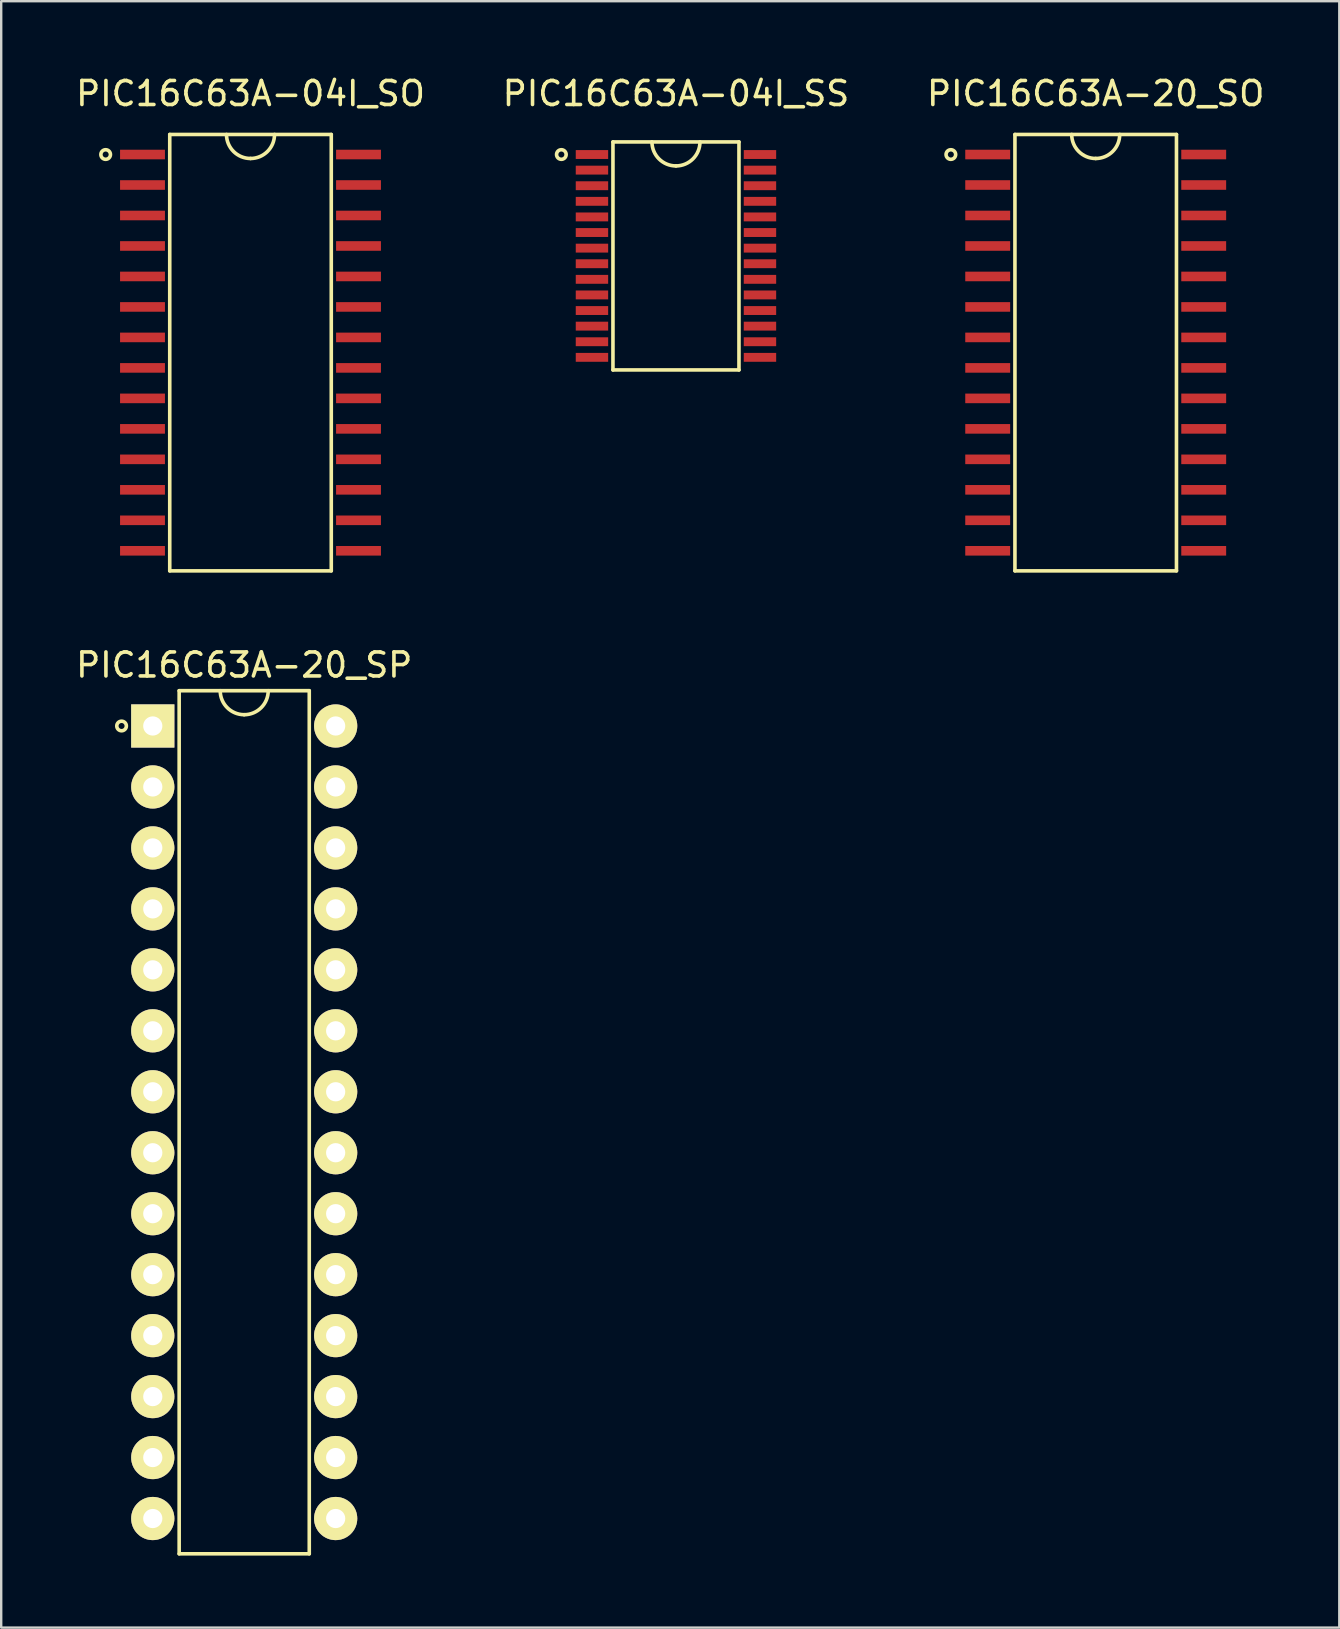
<source format=kicad_pcb>
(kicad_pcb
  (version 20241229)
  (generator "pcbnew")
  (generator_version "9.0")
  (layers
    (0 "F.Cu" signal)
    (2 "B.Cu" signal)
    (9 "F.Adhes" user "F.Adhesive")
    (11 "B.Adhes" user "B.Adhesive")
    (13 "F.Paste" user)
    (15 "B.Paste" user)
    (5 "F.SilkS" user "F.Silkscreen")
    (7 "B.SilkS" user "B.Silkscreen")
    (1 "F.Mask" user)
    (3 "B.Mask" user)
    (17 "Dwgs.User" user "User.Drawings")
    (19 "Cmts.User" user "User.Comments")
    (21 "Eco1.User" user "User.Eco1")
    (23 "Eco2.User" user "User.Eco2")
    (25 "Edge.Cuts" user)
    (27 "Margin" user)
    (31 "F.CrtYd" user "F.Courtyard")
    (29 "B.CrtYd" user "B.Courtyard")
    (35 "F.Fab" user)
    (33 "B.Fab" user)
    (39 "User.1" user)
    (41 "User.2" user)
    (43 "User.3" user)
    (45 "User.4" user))
  (footprint "PIC16C63A-20_SO"
    (layer "F.Cu")
    (at 38.101 3.388)
    (property "Reference" "PIC16C63A-20_SO" (at 4.5 -2.54 0) (layer "F.SilkS") (effects (font (size 1 1) (thickness 0.15))))
    (attr through_hole)
    (fp_line (start 1.135 -0.835) (end 7.865 -0.835) (stroke (width 0.15) (type solid)) (layer "F.SilkS"))
    (fp_line (start 1.135 17.345) (end 1.135 -0.835) (stroke (width 0.15) (type solid)) (layer "F.SilkS"))
    (fp_line (start 7.865 -0.835) (end 7.865 17.345) (stroke (width 0.15) (type solid)) (layer "F.SilkS"))
    (fp_line (start 7.865 17.345) (end 1.135 17.345) (stroke (width 0.15) (type solid)) (layer "F.SilkS"))
    (fp_arc (start 4.5 0.165) (mid 3.792893 -0.127893) (end 3.5 -0.835) (stroke (width 0.15) (type solid)) (layer "F.SilkS"))
    (fp_arc (start 5.5 -0.835) (mid 5.207107 -0.127893) (end 4.5 0.165) (stroke (width 0.15) (type solid)) (layer "F.SilkS"))
    (fp_circle (center -1.535 0) (end -1.535 0.2) (stroke (width 0.15) (type solid)) (fill no) (layer "F.SilkS"))
    (pad "1" smd rect (at 0 0) (size 1.87 0.4) (layers "F.Cu" "F.Mask" "F.Paste"))
    (pad "2" smd rect (at 0 1.27) (size 1.87 0.4) (layers "F.Cu" "F.Mask" "F.Paste"))
    (pad "3" smd rect (at 0 2.54) (size 1.87 0.4) (layers "F.Cu" "F.Mask" "F.Paste"))
    (pad "4" smd rect (at 0 3.81) (size 1.87 0.4) (layers "F.Cu" "F.Mask" "F.Paste"))
    (pad "5" smd rect (at 0 5.08) (size 1.87 0.4) (layers "F.Cu" "F.Mask" "F.Paste"))
    (pad "6" smd rect (at 0 6.35) (size 1.87 0.4) (layers "F.Cu" "F.Mask" "F.Paste"))
    (pad "7" smd rect (at 0 7.62) (size 1.87 0.4) (layers "F.Cu" "F.Mask" "F.Paste"))
    (pad "8" smd rect (at 0 8.89) (size 1.87 0.4) (layers "F.Cu" "F.Mask" "F.Paste"))
    (pad "9" smd rect (at 0 10.16) (size 1.87 0.4) (layers "F.Cu" "F.Mask" "F.Paste"))
    (pad "10" smd rect (at 0 11.43) (size 1.87 0.4) (layers "F.Cu" "F.Mask" "F.Paste"))
    (pad "11" smd rect (at 0 12.7) (size 1.87 0.4) (layers "F.Cu" "F.Mask" "F.Paste"))
    (pad "12" smd rect (at 0 13.97) (size 1.87 0.4) (layers "F.Cu" "F.Mask" "F.Paste"))
    (pad "13" smd rect (at 0 15.24) (size 1.87 0.4) (layers "F.Cu" "F.Mask" "F.Paste"))
    (pad "14" smd rect (at 0 16.51) (size 1.87 0.4) (layers "F.Cu" "F.Mask" "F.Paste"))
    (pad "15" smd rect (at 9 16.51) (size 1.87 0.4) (layers "F.Cu" "F.Mask" "F.Paste"))
    (pad "16" smd rect (at 9 15.24) (size 1.87 0.4) (layers "F.Cu" "F.Mask" "F.Paste"))
    (pad "17" smd rect (at 9 13.97) (size 1.87 0.4) (layers "F.Cu" "F.Mask" "F.Paste"))
    (pad "18" smd rect (at 9 12.7) (size 1.87 0.4) (layers "F.Cu" "F.Mask" "F.Paste"))
    (pad "19" smd rect (at 9 11.43) (size 1.87 0.4) (layers "F.Cu" "F.Mask" "F.Paste"))
    (pad "20" smd rect (at 9 10.16) (size 1.87 0.4) (layers "F.Cu" "F.Mask" "F.Paste"))
    (pad "21" smd rect (at 9 8.89) (size 1.87 0.4) (layers "F.Cu" "F.Mask" "F.Paste"))
    (pad "22" smd rect (at 9 7.62) (size 1.87 0.4) (layers "F.Cu" "F.Mask" "F.Paste"))
    (pad "23" smd rect (at 9 6.35) (size 1.87 0.4) (layers "F.Cu" "F.Mask" "F.Paste"))
    (pad "24" smd rect (at 9 5.08) (size 1.87 0.4) (layers "F.Cu" "F.Mask" "F.Paste"))
    (pad "25" smd rect (at 9 3.81) (size 1.87 0.4) (layers "F.Cu" "F.Mask" "F.Paste"))
    (pad "26" smd rect (at 9 2.54) (size 1.87 0.4) (layers "F.Cu" "F.Mask" "F.Paste"))
    (pad "27" smd rect (at 9 1.27) (size 1.87 0.4) (layers "F.Cu" "F.Mask" "F.Paste"))
    (pad "28" smd rect (at 9 0) (size 1.87 0.4) (layers "F.Cu" "F.Mask" "F.Paste")))
  (footprint "PIC16C63A-04I_SS"
    (layer "F.Cu")
    (at 21.613 3.388)
    (property "Reference" "PIC16C63A-04I_SS" (at 3.5 -2.54 0) (layer "F.SilkS") (effects (font (size 1 1) (thickness 0.15))))
    (attr through_hole)
    (fp_line (start 0.875 -0.525) (end 6.125 -0.525) (stroke (width 0.15) (type solid)) (layer "F.SilkS"))
    (fp_line (start 0.875 8.975) (end 0.875 -0.525) (stroke (width 0.15) (type solid)) (layer "F.SilkS"))
    (fp_line (start 6.125 -0.525) (end 6.125 8.975) (stroke (width 0.15) (type solid)) (layer "F.SilkS"))
    (fp_line (start 6.125 8.975) (end 0.875 8.975) (stroke (width 0.15) (type solid)) (layer "F.SilkS"))
    (fp_arc (start 3.5 0.475) (mid 2.792893 0.182107) (end 2.5 -0.525) (stroke (width 0.15) (type solid)) (layer "F.SilkS"))
    (fp_arc (start 4.5 -0.525) (mid 4.207107 0.182107) (end 3.5 0.475) (stroke (width 0.15) (type solid)) (layer "F.SilkS"))
    (fp_circle (center -1.275 0) (end -1.275 0.2) (stroke (width 0.15) (type solid)) (fill no) (layer "F.SilkS"))
    (pad "1" smd rect (at 0 0) (size 1.35 0.37) (layers "F.Cu" "F.Mask" "F.Paste"))
    (pad "2" smd rect (at 0 0.65) (size 1.35 0.37) (layers "F.Cu" "F.Mask" "F.Paste"))
    (pad "3" smd rect (at 0 1.3) (size 1.35 0.37) (layers "F.Cu" "F.Mask" "F.Paste"))
    (pad "4" smd rect (at 0 1.95) (size 1.35 0.37) (layers "F.Cu" "F.Mask" "F.Paste"))
    (pad "5" smd rect (at 0 2.6) (size 1.35 0.37) (layers "F.Cu" "F.Mask" "F.Paste"))
    (pad "6" smd rect (at 0 3.25) (size 1.35 0.37) (layers "F.Cu" "F.Mask" "F.Paste"))
    (pad "7" smd rect (at 0 3.9) (size 1.35 0.37) (layers "F.Cu" "F.Mask" "F.Paste"))
    (pad "8" smd rect (at 0 4.55) (size 1.35 0.37) (layers "F.Cu" "F.Mask" "F.Paste"))
    (pad "9" smd rect (at 0 5.2) (size 1.35 0.37) (layers "F.Cu" "F.Mask" "F.Paste"))
    (pad "10" smd rect (at 0 5.85) (size 1.35 0.37) (layers "F.Cu" "F.Mask" "F.Paste"))
    (pad "11" smd rect (at 0 6.5) (size 1.35 0.37) (layers "F.Cu" "F.Mask" "F.Paste"))
    (pad "12" smd rect (at 0 7.15) (size 1.35 0.37) (layers "F.Cu" "F.Mask" "F.Paste"))
    (pad "13" smd rect (at 0 7.8) (size 1.35 0.37) (layers "F.Cu" "F.Mask" "F.Paste"))
    (pad "14" smd rect (at 0 8.45) (size 1.35 0.37) (layers "F.Cu" "F.Mask" "F.Paste"))
    (pad "15" smd rect (at 7 8.45) (size 1.35 0.37) (layers "F.Cu" "F.Mask" "F.Paste"))
    (pad "16" smd rect (at 7 7.8) (size 1.35 0.37) (layers "F.Cu" "F.Mask" "F.Paste"))
    (pad "17" smd rect (at 7 7.15) (size 1.35 0.37) (layers "F.Cu" "F.Mask" "F.Paste"))
    (pad "18" smd rect (at 7 6.5) (size 1.35 0.37) (layers "F.Cu" "F.Mask" "F.Paste"))
    (pad "19" smd rect (at 7 5.85) (size 1.35 0.37) (layers "F.Cu" "F.Mask" "F.Paste"))
    (pad "20" smd rect (at 7 5.2) (size 1.35 0.37) (layers "F.Cu" "F.Mask" "F.Paste"))
    (pad "21" smd rect (at 7 4.55) (size 1.35 0.37) (layers "F.Cu" "F.Mask" "F.Paste"))
    (pad "22" smd rect (at 7 3.9) (size 1.35 0.37) (layers "F.Cu" "F.Mask" "F.Paste"))
    (pad "23" smd rect (at 7 3.25) (size 1.35 0.37) (layers "F.Cu" "F.Mask" "F.Paste"))
    (pad "24" smd rect (at 7 2.6) (size 1.35 0.37) (layers "F.Cu" "F.Mask" "F.Paste"))
    (pad "25" smd rect (at 7 1.95) (size 1.35 0.37) (layers "F.Cu" "F.Mask" "F.Paste"))
    (pad "26" smd rect (at 7 1.3) (size 1.35 0.37) (layers "F.Cu" "F.Mask" "F.Paste"))
    (pad "27" smd rect (at 7 0.65) (size 1.35 0.37) (layers "F.Cu" "F.Mask" "F.Paste"))
    (pad "28" smd rect (at 7 0) (size 1.35 0.37) (layers "F.Cu" "F.Mask" "F.Paste")))
  (footprint "PIC16C63A-04I_SO"
    (layer "F.Cu")
    (at 2.887 3.388)
    (property "Reference" "PIC16C63A-04I_SO" (at 4.5 -2.54 0) (layer "F.SilkS") (effects (font (size 1 1) (thickness 0.15))))
    (attr through_hole)
    (fp_line (start 1.135 -0.835) (end 7.865 -0.835) (stroke (width 0.15) (type solid)) (layer "F.SilkS"))
    (fp_line (start 1.135 17.345) (end 1.135 -0.835) (stroke (width 0.15) (type solid)) (layer "F.SilkS"))
    (fp_line (start 7.865 -0.835) (end 7.865 17.345) (stroke (width 0.15) (type solid)) (layer "F.SilkS"))
    (fp_line (start 7.865 17.345) (end 1.135 17.345) (stroke (width 0.15) (type solid)) (layer "F.SilkS"))
    (fp_arc (start 4.5 0.165) (mid 3.792893 -0.127893) (end 3.5 -0.835) (stroke (width 0.15) (type solid)) (layer "F.SilkS"))
    (fp_arc (start 5.5 -0.835) (mid 5.207107 -0.127893) (end 4.5 0.165) (stroke (width 0.15) (type solid)) (layer "F.SilkS"))
    (fp_circle (center -1.535 0) (end -1.535 0.2) (stroke (width 0.15) (type solid)) (fill no) (layer "F.SilkS"))
    (pad "1" smd rect (at 0 0) (size 1.87 0.4) (layers "F.Cu" "F.Mask" "F.Paste"))
    (pad "2" smd rect (at 0 1.27) (size 1.87 0.4) (layers "F.Cu" "F.Mask" "F.Paste"))
    (pad "3" smd rect (at 0 2.54) (size 1.87 0.4) (layers "F.Cu" "F.Mask" "F.Paste"))
    (pad "4" smd rect (at 0 3.81) (size 1.87 0.4) (layers "F.Cu" "F.Mask" "F.Paste"))
    (pad "5" smd rect (at 0 5.08) (size 1.87 0.4) (layers "F.Cu" "F.Mask" "F.Paste"))
    (pad "6" smd rect (at 0 6.35) (size 1.87 0.4) (layers "F.Cu" "F.Mask" "F.Paste"))
    (pad "7" smd rect (at 0 7.62) (size 1.87 0.4) (layers "F.Cu" "F.Mask" "F.Paste"))
    (pad "8" smd rect (at 0 8.89) (size 1.87 0.4) (layers "F.Cu" "F.Mask" "F.Paste"))
    (pad "9" smd rect (at 0 10.16) (size 1.87 0.4) (layers "F.Cu" "F.Mask" "F.Paste"))
    (pad "10" smd rect (at 0 11.43) (size 1.87 0.4) (layers "F.Cu" "F.Mask" "F.Paste"))
    (pad "11" smd rect (at 0 12.7) (size 1.87 0.4) (layers "F.Cu" "F.Mask" "F.Paste"))
    (pad "12" smd rect (at 0 13.97) (size 1.87 0.4) (layers "F.Cu" "F.Mask" "F.Paste"))
    (pad "13" smd rect (at 0 15.24) (size 1.87 0.4) (layers "F.Cu" "F.Mask" "F.Paste"))
    (pad "14" smd rect (at 0 16.51) (size 1.87 0.4) (layers "F.Cu" "F.Mask" "F.Paste"))
    (pad "15" smd rect (at 9 16.51) (size 1.87 0.4) (layers "F.Cu" "F.Mask" "F.Paste"))
    (pad "16" smd rect (at 9 15.24) (size 1.87 0.4) (layers "F.Cu" "F.Mask" "F.Paste"))
    (pad "17" smd rect (at 9 13.97) (size 1.87 0.4) (layers "F.Cu" "F.Mask" "F.Paste"))
    (pad "18" smd rect (at 9 12.7) (size 1.87 0.4) (layers "F.Cu" "F.Mask" "F.Paste"))
    (pad "19" smd rect (at 9 11.43) (size 1.87 0.4) (layers "F.Cu" "F.Mask" "F.Paste"))
    (pad "20" smd rect (at 9 10.16) (size 1.87 0.4) (layers "F.Cu" "F.Mask" "F.Paste"))
    (pad "21" smd rect (at 9 8.89) (size 1.87 0.4) (layers "F.Cu" "F.Mask" "F.Paste"))
    (pad "22" smd rect (at 9 7.62) (size 1.87 0.4) (layers "F.Cu" "F.Mask" "F.Paste"))
    (pad "23" smd rect (at 9 6.35) (size 1.87 0.4) (layers "F.Cu" "F.Mask" "F.Paste"))
    (pad "24" smd rect (at 9 5.08) (size 1.87 0.4) (layers "F.Cu" "F.Mask" "F.Paste"))
    (pad "25" smd rect (at 9 3.81) (size 1.87 0.4) (layers "F.Cu" "F.Mask" "F.Paste"))
    (pad "26" smd rect (at 9 2.54) (size 1.87 0.4) (layers "F.Cu" "F.Mask" "F.Paste"))
    (pad "27" smd rect (at 9 1.27) (size 1.87 0.4) (layers "F.Cu" "F.Mask" "F.Paste"))
    (pad "28" smd rect (at 9 0) (size 1.87 0.4) (layers "F.Cu" "F.Mask" "F.Paste")))
  (footprint "PIC16C63A-20_SP"
    (layer "F.Cu")
    (at 3.315 27.197)
    (property "Reference" "PIC16C63A-20_SP" (at 3.81 -2.54 0) (layer "F.SilkS") (effects (font (size 1 1) (thickness 0.15))))
    (attr through_hole)
    (fp_line (start 1.1 -1.47) (end 6.52 -1.47) (stroke (width 0.15) (type solid)) (layer "F.SilkS"))
    (fp_line (start 1.1 34.49) (end 1.1 -1.47) (stroke (width 0.15) (type solid)) (layer "F.SilkS"))
    (fp_line (start 6.52 -1.47) (end 6.52 34.49) (stroke (width 0.15) (type solid)) (layer "F.SilkS"))
    (fp_line (start 6.52 34.49) (end 1.1 34.49) (stroke (width 0.15) (type solid)) (layer "F.SilkS"))
    (fp_arc (start 3.81 -0.47) (mid 3.102893 -0.762893) (end 2.81 -1.47) (stroke (width 0.15) (type solid)) (layer "F.SilkS"))
    (fp_arc (start 4.81 -1.47) (mid 4.517107 -0.762893) (end 3.81 -0.47) (stroke (width 0.15) (type solid)) (layer "F.SilkS"))
    (fp_circle (center -1.3 0) (end -1.3 0.2) (stroke (width 0.15) (type solid)) (fill no) (layer "F.SilkS"))
    (pad "1" thru_hole rect (at 0 0) (size 1.8 1.8) (drill 0.8) (layers "*.Cu" "*.Mask" "F.SilkS"))
    (pad "2" thru_hole circle (at 0 2.54) (size 1.8 1.8) (drill 0.8) (layers "*.Cu" "*.Mask" "F.SilkS"))
    (pad "3" thru_hole circle (at 0 5.08) (size 1.8 1.8) (drill 0.8) (layers "*.Cu" "*.Mask" "F.SilkS"))
    (pad "4" thru_hole circle (at 0 7.62) (size 1.8 1.8) (drill 0.8) (layers "*.Cu" "*.Mask" "F.SilkS"))
    (pad "5" thru_hole circle (at 0 10.16) (size 1.8 1.8) (drill 0.8) (layers "*.Cu" "*.Mask" "F.SilkS"))
    (pad "6" thru_hole circle (at 0 12.7) (size 1.8 1.8) (drill 0.8) (layers "*.Cu" "*.Mask" "F.SilkS"))
    (pad "7" thru_hole circle (at 0 15.24) (size 1.8 1.8) (drill 0.8) (layers "*.Cu" "*.Mask" "F.SilkS"))
    (pad "8" thru_hole circle (at 0 17.78) (size 1.8 1.8) (drill 0.8) (layers "*.Cu" "*.Mask" "F.SilkS"))
    (pad "9" thru_hole circle (at 0 20.32) (size 1.8 1.8) (drill 0.8) (layers "*.Cu" "*.Mask" "F.SilkS"))
    (pad "10" thru_hole circle (at 0 22.86) (size 1.8 1.8) (drill 0.8) (layers "*.Cu" "*.Mask" "F.SilkS"))
    (pad "11" thru_hole circle (at 0 25.4) (size 1.8 1.8) (drill 0.8) (layers "*.Cu" "*.Mask" "F.SilkS"))
    (pad "12" thru_hole circle (at 0 27.94) (size 1.8 1.8) (drill 0.8) (layers "*.Cu" "*.Mask" "F.SilkS"))
    (pad "13" thru_hole circle (at 0 30.48) (size 1.8 1.8) (drill 0.8) (layers "*.Cu" "*.Mask" "F.SilkS"))
    (pad "14" thru_hole circle (at 0 33.02) (size 1.8 1.8) (drill 0.8) (layers "*.Cu" "*.Mask" "F.SilkS"))
    (pad "15" thru_hole circle (at 7.62 33.02) (size 1.8 1.8) (drill 0.8) (layers "*.Cu" "*.Mask" "F.SilkS"))
    (pad "16" thru_hole circle (at 7.62 30.48) (size 1.8 1.8) (drill 0.8) (layers "*.Cu" "*.Mask" "F.SilkS"))
    (pad "17" thru_hole circle (at 7.62 27.94) (size 1.8 1.8) (drill 0.8) (layers "*.Cu" "*.Mask" "F.SilkS"))
    (pad "18" thru_hole circle (at 7.62 25.4) (size 1.8 1.8) (drill 0.8) (layers "*.Cu" "*.Mask" "F.SilkS"))
    (pad "19" thru_hole circle (at 7.62 22.86) (size 1.8 1.8) (drill 0.8) (layers "*.Cu" "*.Mask" "F.SilkS"))
    (pad "20" thru_hole circle (at 7.62 20.32) (size 1.8 1.8) (drill 0.8) (layers "*.Cu" "*.Mask" "F.SilkS"))
    (pad "21" thru_hole circle (at 7.62 17.78) (size 1.8 1.8) (drill 0.8) (layers "*.Cu" "*.Mask" "F.SilkS"))
    (pad "22" thru_hole circle (at 7.62 15.24) (size 1.8 1.8) (drill 0.8) (layers "*.Cu" "*.Mask" "F.SilkS"))
    (pad "23" thru_hole circle (at 7.62 12.7) (size 1.8 1.8) (drill 0.8) (layers "*.Cu" "*.Mask" "F.SilkS"))
    (pad "24" thru_hole circle (at 7.62 10.16) (size 1.8 1.8) (drill 0.8) (layers "*.Cu" "*.Mask" "F.SilkS"))
    (pad "25" thru_hole circle (at 7.62 7.62) (size 1.8 1.8) (drill 0.8) (layers "*.Cu" "*.Mask" "F.SilkS"))
    (pad "26" thru_hole circle (at 7.62 5.08) (size 1.8 1.8) (drill 0.8) (layers "*.Cu" "*.Mask" "F.SilkS"))
    (pad "27" thru_hole circle (at 7.62 2.54) (size 1.8 1.8) (drill 0.8) (layers "*.Cu" "*.Mask" "F.SilkS"))
    (pad "28" thru_hole circle (at 7.62 0) (size 1.8 1.8) (drill 0.8) (layers "*.Cu" "*.Mask" "F.SilkS")))
  (gr_rect
    (start -3 -3)
    (end 52.75 64.761)
    (stroke (width 0.1) (type default))
    (fill no)
    (layer "Edge.Cuts")))
</source>
